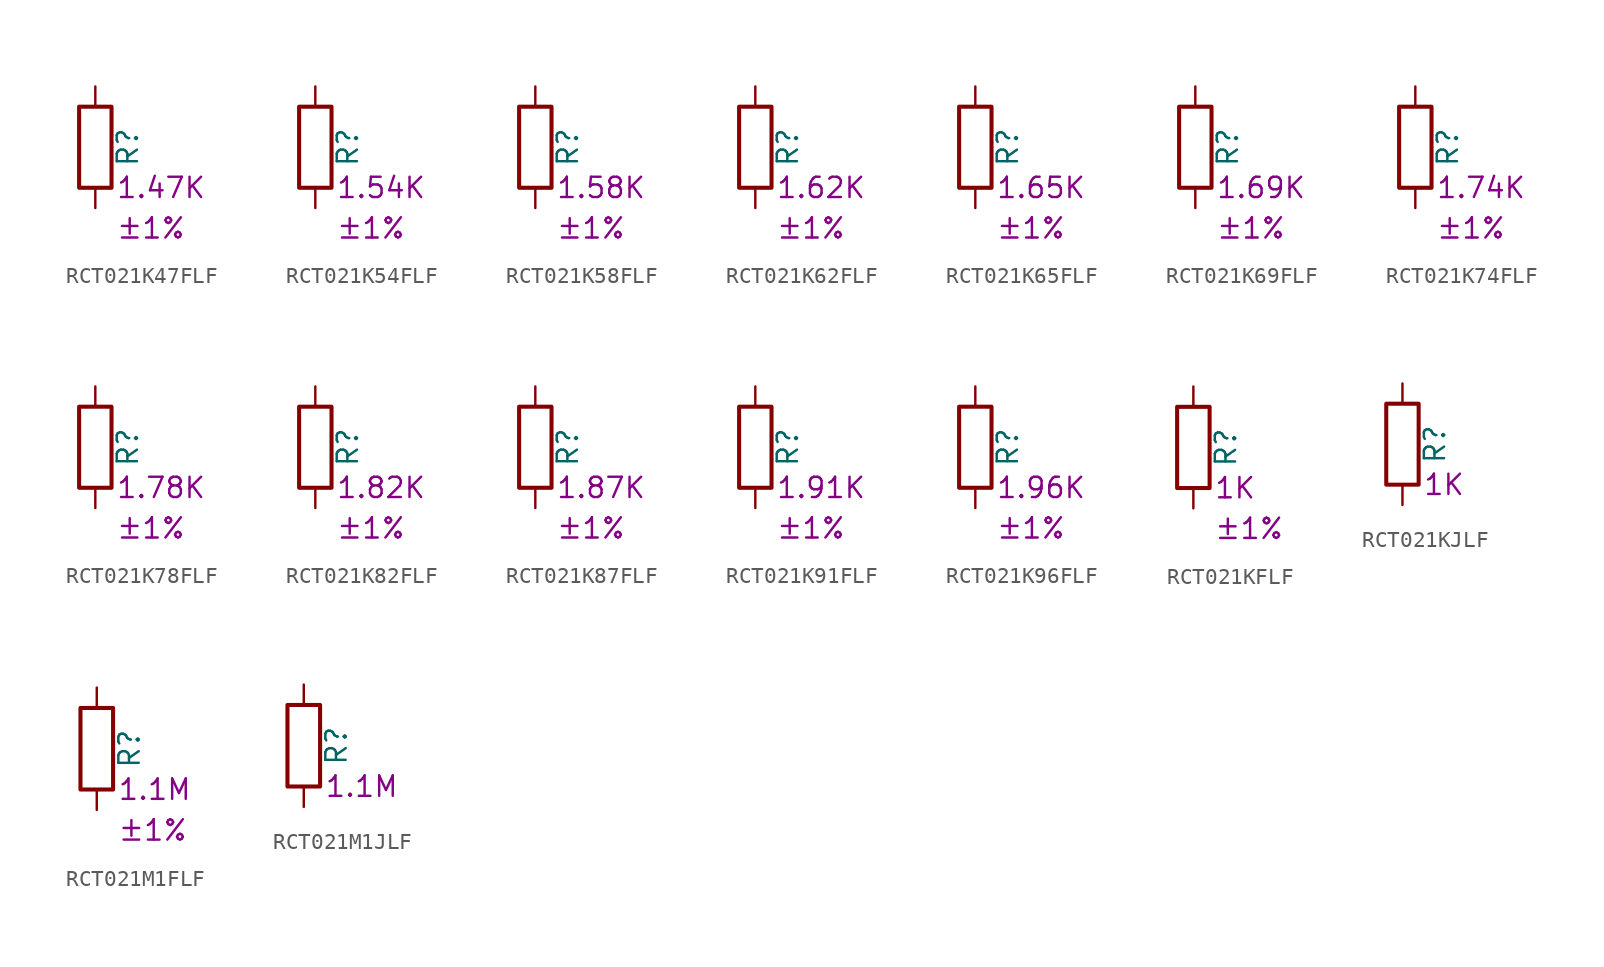
<source format=kicad_sym>
(kicad_symbol_lib
  (version 20220914)
  (generator kicad_symbol_editor)
  (symbol "RCT021K47FLF"
    (pin_numbers hide)
    (pin_names
      (offset 0))
    (property "Reference" "R"
      (at 2.032 0 90)
      (effects (font (size 1.27 1.27))))
    (property "Resistance" "1.47K"
      (at 1.27 -2.54 0)
      (effects (font (size 1.27 1.27)) (justify left)))
    (property "Tolerance" "±1%"
      (at 1.27 -5.08 0)
      (effects (font (size 1.27 1.27)) (justify left)))
    (symbol "RCT021K47FLF_0_1"
      (rectangle (start -1.016 -2.54) (end 1.016 2.54) (stroke (width 0.254) (type default)) (fill (type none))))
    (symbol "RCT021K47FLF_1_1"
      (pin passive line (at 0 3.81 270) (length 1.27) (name "~" (effects (font (size 1.27 1.27)))) (number "1" (effects (font (size 1.27 1.27)))))
      (pin passive line (at 0 -3.81 90) (length 1.27) (name "~" (effects (font (size 1.27 1.27)))) (number "2" (effects (font (size 1.27 1.27)))))))
  (symbol "RCT021K54FLF"
    (pin_numbers hide)
    (pin_names
      (offset 0))
    (property "Reference" "R"
      (at 2.032 0 90)
      (effects (font (size 1.27 1.27))))
    (property "Resistance" "1.54K"
      (at 1.27 -2.54 0)
      (effects (font (size 1.27 1.27)) (justify left)))
    (property "Tolerance" "±1%"
      (at 1.27 -5.08 0)
      (effects (font (size 1.27 1.27)) (justify left)))
    (symbol "RCT021K54FLF_0_1"
      (rectangle (start -1.016 -2.54) (end 1.016 2.54) (stroke (width 0.254) (type default)) (fill (type none))))
    (symbol "RCT021K54FLF_1_1"
      (pin passive line (at 0 3.81 270) (length 1.27) (name "~" (effects (font (size 1.27 1.27)))) (number "1" (effects (font (size 1.27 1.27)))))
      (pin passive line (at 0 -3.81 90) (length 1.27) (name "~" (effects (font (size 1.27 1.27)))) (number "2" (effects (font (size 1.27 1.27)))))))
  (symbol "RCT021K58FLF"
    (pin_numbers hide)
    (pin_names
      (offset 0))
    (property "Reference" "R"
      (at 2.032 0 90)
      (effects (font (size 1.27 1.27))))
    (property "Resistance" "1.58K"
      (at 1.27 -2.54 0)
      (effects (font (size 1.27 1.27)) (justify left)))
    (property "Tolerance" "±1%"
      (at 1.27 -5.08 0)
      (effects (font (size 1.27 1.27)) (justify left)))
    (symbol "RCT021K58FLF_0_1"
      (rectangle (start -1.016 -2.54) (end 1.016 2.54) (stroke (width 0.254) (type default)) (fill (type none))))
    (symbol "RCT021K58FLF_1_1"
      (pin passive line (at 0 3.81 270) (length 1.27) (name "~" (effects (font (size 1.27 1.27)))) (number "1" (effects (font (size 1.27 1.27)))))
      (pin passive line (at 0 -3.81 90) (length 1.27) (name "~" (effects (font (size 1.27 1.27)))) (number "2" (effects (font (size 1.27 1.27)))))))
  (symbol "RCT021K62FLF"
    (pin_numbers hide)
    (pin_names
      (offset 0))
    (property "Reference" "R"
      (at 2.032 0 90)
      (effects (font (size 1.27 1.27))))
    (property "Resistance" "1.62K"
      (at 1.27 -2.54 0)
      (effects (font (size 1.27 1.27)) (justify left)))
    (property "Tolerance" "±1%"
      (at 1.27 -5.08 0)
      (effects (font (size 1.27 1.27)) (justify left)))
    (symbol "RCT021K62FLF_0_1"
      (rectangle (start -1.016 -2.54) (end 1.016 2.54) (stroke (width 0.254) (type default)) (fill (type none))))
    (symbol "RCT021K62FLF_1_1"
      (pin passive line (at 0 3.81 270) (length 1.27) (name "~" (effects (font (size 1.27 1.27)))) (number "1" (effects (font (size 1.27 1.27)))))
      (pin passive line (at 0 -3.81 90) (length 1.27) (name "~" (effects (font (size 1.27 1.27)))) (number "2" (effects (font (size 1.27 1.27)))))))
  (symbol "RCT021K65FLF"
    (pin_numbers hide)
    (pin_names
      (offset 0))
    (property "Reference" "R"
      (at 2.032 0 90)
      (effects (font (size 1.27 1.27))))
    (property "Resistance" "1.65K"
      (at 1.27 -2.54 0)
      (effects (font (size 1.27 1.27)) (justify left)))
    (property "Tolerance" "±1%"
      (at 1.27 -5.08 0)
      (effects (font (size 1.27 1.27)) (justify left)))
    (symbol "RCT021K65FLF_0_1"
      (rectangle (start -1.016 -2.54) (end 1.016 2.54) (stroke (width 0.254) (type default)) (fill (type none))))
    (symbol "RCT021K65FLF_1_1"
      (pin passive line (at 0 3.81 270) (length 1.27) (name "~" (effects (font (size 1.27 1.27)))) (number "1" (effects (font (size 1.27 1.27)))))
      (pin passive line (at 0 -3.81 90) (length 1.27) (name "~" (effects (font (size 1.27 1.27)))) (number "2" (effects (font (size 1.27 1.27)))))))
  (symbol "RCT021K69FLF"
    (pin_numbers hide)
    (pin_names
      (offset 0))
    (property "Reference" "R"
      (at 2.032 0 90)
      (effects (font (size 1.27 1.27))))
    (property "Resistance" "1.69K"
      (at 1.27 -2.54 0)
      (effects (font (size 1.27 1.27)) (justify left)))
    (property "Tolerance" "±1%"
      (at 1.27 -5.08 0)
      (effects (font (size 1.27 1.27)) (justify left)))
    (symbol "RCT021K69FLF_0_1"
      (rectangle (start -1.016 -2.54) (end 1.016 2.54) (stroke (width 0.254) (type default)) (fill (type none))))
    (symbol "RCT021K69FLF_1_1"
      (pin passive line (at 0 3.81 270) (length 1.27) (name "~" (effects (font (size 1.27 1.27)))) (number "1" (effects (font (size 1.27 1.27)))))
      (pin passive line (at 0 -3.81 90) (length 1.27) (name "~" (effects (font (size 1.27 1.27)))) (number "2" (effects (font (size 1.27 1.27)))))))
  (symbol "RCT021K74FLF"
    (pin_numbers hide)
    (pin_names
      (offset 0))
    (property "Reference" "R"
      (at 2.032 0 90)
      (effects (font (size 1.27 1.27))))
    (property "Resistance" "1.74K"
      (at 1.27 -2.54 0)
      (effects (font (size 1.27 1.27)) (justify left)))
    (property "Tolerance" "±1%"
      (at 1.27 -5.08 0)
      (effects (font (size 1.27 1.27)) (justify left)))
    (symbol "RCT021K74FLF_0_1"
      (rectangle (start -1.016 -2.54) (end 1.016 2.54) (stroke (width 0.254) (type default)) (fill (type none))))
    (symbol "RCT021K74FLF_1_1"
      (pin passive line (at 0 3.81 270) (length 1.27) (name "~" (effects (font (size 1.27 1.27)))) (number "1" (effects (font (size 1.27 1.27)))))
      (pin passive line (at 0 -3.81 90) (length 1.27) (name "~" (effects (font (size 1.27 1.27)))) (number "2" (effects (font (size 1.27 1.27)))))))
  (symbol "RCT021K78FLF"
    (pin_numbers hide)
    (pin_names
      (offset 0))
    (property "Reference" "R"
      (at 2.032 0 90)
      (effects (font (size 1.27 1.27))))
    (property "Resistance" "1.78K"
      (at 1.27 -2.54 0)
      (effects (font (size 1.27 1.27)) (justify left)))
    (property "Tolerance" "±1%"
      (at 1.27 -5.08 0)
      (effects (font (size 1.27 1.27)) (justify left)))
    (symbol "RCT021K78FLF_0_1"
      (rectangle (start -1.016 -2.54) (end 1.016 2.54) (stroke (width 0.254) (type default)) (fill (type none))))
    (symbol "RCT021K78FLF_1_1"
      (pin passive line (at 0 3.81 270) (length 1.27) (name "~" (effects (font (size 1.27 1.27)))) (number "1" (effects (font (size 1.27 1.27)))))
      (pin passive line (at 0 -3.81 90) (length 1.27) (name "~" (effects (font (size 1.27 1.27)))) (number "2" (effects (font (size 1.27 1.27)))))))
  (symbol "RCT021K82FLF"
    (pin_numbers hide)
    (pin_names
      (offset 0))
    (property "Reference" "R"
      (at 2.032 0 90)
      (effects (font (size 1.27 1.27))))
    (property "Resistance" "1.82K"
      (at 1.27 -2.54 0)
      (effects (font (size 1.27 1.27)) (justify left)))
    (property "Tolerance" "±1%"
      (at 1.27 -5.08 0)
      (effects (font (size 1.27 1.27)) (justify left)))
    (symbol "RCT021K82FLF_0_1"
      (rectangle (start -1.016 -2.54) (end 1.016 2.54) (stroke (width 0.254) (type default)) (fill (type none))))
    (symbol "RCT021K82FLF_1_1"
      (pin passive line (at 0 3.81 270) (length 1.27) (name "~" (effects (font (size 1.27 1.27)))) (number "1" (effects (font (size 1.27 1.27)))))
      (pin passive line (at 0 -3.81 90) (length 1.27) (name "~" (effects (font (size 1.27 1.27)))) (number "2" (effects (font (size 1.27 1.27)))))))
  (symbol "RCT021K87FLF"
    (pin_numbers hide)
    (pin_names
      (offset 0))
    (property "Reference" "R"
      (at 2.032 0 90)
      (effects (font (size 1.27 1.27))))
    (property "Resistance" "1.87K"
      (at 1.27 -2.54 0)
      (effects (font (size 1.27 1.27)) (justify left)))
    (property "Tolerance" "±1%"
      (at 1.27 -5.08 0)
      (effects (font (size 1.27 1.27)) (justify left)))
    (symbol "RCT021K87FLF_0_1"
      (rectangle (start -1.016 -2.54) (end 1.016 2.54) (stroke (width 0.254) (type default)) (fill (type none))))
    (symbol "RCT021K87FLF_1_1"
      (pin passive line (at 0 3.81 270) (length 1.27) (name "~" (effects (font (size 1.27 1.27)))) (number "1" (effects (font (size 1.27 1.27)))))
      (pin passive line (at 0 -3.81 90) (length 1.27) (name "~" (effects (font (size 1.27 1.27)))) (number "2" (effects (font (size 1.27 1.27)))))))
  (symbol "RCT021K91FLF"
    (pin_numbers hide)
    (pin_names
      (offset 0))
    (property "Reference" "R"
      (at 2.032 0 90)
      (effects (font (size 1.27 1.27))))
    (property "Resistance" "1.91K"
      (at 1.27 -2.54 0)
      (effects (font (size 1.27 1.27)) (justify left)))
    (property "Tolerance" "±1%"
      (at 1.27 -5.08 0)
      (effects (font (size 1.27 1.27)) (justify left)))
    (symbol "RCT021K91FLF_0_1"
      (rectangle (start -1.016 -2.54) (end 1.016 2.54) (stroke (width 0.254) (type default)) (fill (type none))))
    (symbol "RCT021K91FLF_1_1"
      (pin passive line (at 0 3.81 270) (length 1.27) (name "~" (effects (font (size 1.27 1.27)))) (number "1" (effects (font (size 1.27 1.27)))))
      (pin passive line (at 0 -3.81 90) (length 1.27) (name "~" (effects (font (size 1.27 1.27)))) (number "2" (effects (font (size 1.27 1.27)))))))
  (symbol "RCT021K96FLF"
    (pin_numbers hide)
    (pin_names
      (offset 0))
    (property "Reference" "R"
      (at 2.032 0 90)
      (effects (font (size 1.27 1.27))))
    (property "Resistance" "1.96K"
      (at 1.27 -2.54 0)
      (effects (font (size 1.27 1.27)) (justify left)))
    (property "Tolerance" "±1%"
      (at 1.27 -5.08 0)
      (effects (font (size 1.27 1.27)) (justify left)))
    (symbol "RCT021K96FLF_0_1"
      (rectangle (start -1.016 -2.54) (end 1.016 2.54) (stroke (width 0.254) (type default)) (fill (type none))))
    (symbol "RCT021K96FLF_1_1"
      (pin passive line (at 0 3.81 270) (length 1.27) (name "~" (effects (font (size 1.27 1.27)))) (number "1" (effects (font (size 1.27 1.27)))))
      (pin passive line (at 0 -3.81 90) (length 1.27) (name "~" (effects (font (size 1.27 1.27)))) (number "2" (effects (font (size 1.27 1.27)))))))
  (symbol "RCT021KFLF"
    (pin_numbers hide)
    (pin_names
      (offset 0))
    (property "Reference" "R"
      (at 2.032 0 90)
      (effects (font (size 1.27 1.27))))
    (property "Resistance" "1K"
      (at 1.27 -2.54 0)
      (effects (font (size 1.27 1.27)) (justify left)))
    (property "Tolerance" "±1%"
      (at 1.27 -5.08 0)
      (effects (font (size 1.27 1.27)) (justify left)))
    (symbol "RCT021KFLF_0_1"
      (rectangle (start -1.016 -2.54) (end 1.016 2.54) (stroke (width 0.254) (type default)) (fill (type none))))
    (symbol "RCT021KFLF_1_1"
      (pin passive line (at 0 3.81 270) (length 1.27) (name "~" (effects (font (size 1.27 1.27)))) (number "1" (effects (font (size 1.27 1.27)))))
      (pin passive line (at 0 -3.81 90) (length 1.27) (name "~" (effects (font (size 1.27 1.27)))) (number "2" (effects (font (size 1.27 1.27)))))))
  (symbol "RCT021KJLF"
    (pin_numbers hide)
    (pin_names
      (offset 0))
    (property "Reference" "R"
      (at 2.032 0 90)
      (effects (font (size 1.27 1.27))))
    (property "Resistance" "1K"
      (at 1.27 -2.54 0)
      (effects (font (size 1.27 1.27)) (justify left)))
    (symbol "RCT021KJLF_0_1"
      (rectangle (start -1.016 -2.54) (end 1.016 2.54) (stroke (width 0.254) (type default)) (fill (type none))))
    (symbol "RCT021KJLF_1_1"
      (pin passive line (at 0 3.81 270) (length 1.27) (name "~" (effects (font (size 1.27 1.27)))) (number "1" (effects (font (size 1.27 1.27)))))
      (pin passive line (at 0 -3.81 90) (length 1.27) (name "~" (effects (font (size 1.27 1.27)))) (number "2" (effects (font (size 1.27 1.27)))))))
  (symbol "RCT021M1FLF"
    (pin_numbers hide)
    (pin_names
      (offset 0))
    (property "Reference" "R"
      (at 2.032 0 90)
      (effects (font (size 1.27 1.27))))
    (property "Resistance" "1.1M"
      (at 1.27 -2.54 0)
      (effects (font (size 1.27 1.27)) (justify left)))
    (property "Tolerance" "±1%"
      (at 1.27 -5.08 0)
      (effects (font (size 1.27 1.27)) (justify left)))
    (symbol "RCT021M1FLF_0_1"
      (rectangle (start -1.016 -2.54) (end 1.016 2.54) (stroke (width 0.254) (type default)) (fill (type none))))
    (symbol "RCT021M1FLF_1_1"
      (pin passive line (at 0 3.81 270) (length 1.27) (name "~" (effects (font (size 1.27 1.27)))) (number "1" (effects (font (size 1.27 1.27)))))
      (pin passive line (at 0 -3.81 90) (length 1.27) (name "~" (effects (font (size 1.27 1.27)))) (number "2" (effects (font (size 1.27 1.27)))))))
  (symbol "RCT021M1JLF"
    (pin_numbers hide)
    (pin_names
      (offset 0))
    (property "Reference" "R"
      (at 2.032 0 90)
      (effects (font (size 1.27 1.27))))
    (property "Resistance" "1.1M"
      (at 1.27 -2.54 0)
      (effects (font (size 1.27 1.27)) (justify left)))
    (symbol "RCT021M1JLF_0_1"
      (rectangle (start -1.016 -2.54) (end 1.016 2.54) (stroke (width 0.254) (type default)) (fill (type none))))
    (symbol "RCT021M1JLF_1_1"
      (pin passive line (at 0 3.81 270) (length 1.27) (name "~" (effects (font (size 1.27 1.27)))) (number "1" (effects (font (size 1.27 1.27)))))
      (pin passive line (at 0 -3.81 90) (length 1.27) (name "~" (effects (font (size 1.27 1.27)))) (number "2" (effects (font (size 1.27 1.27))))))))
</source>
